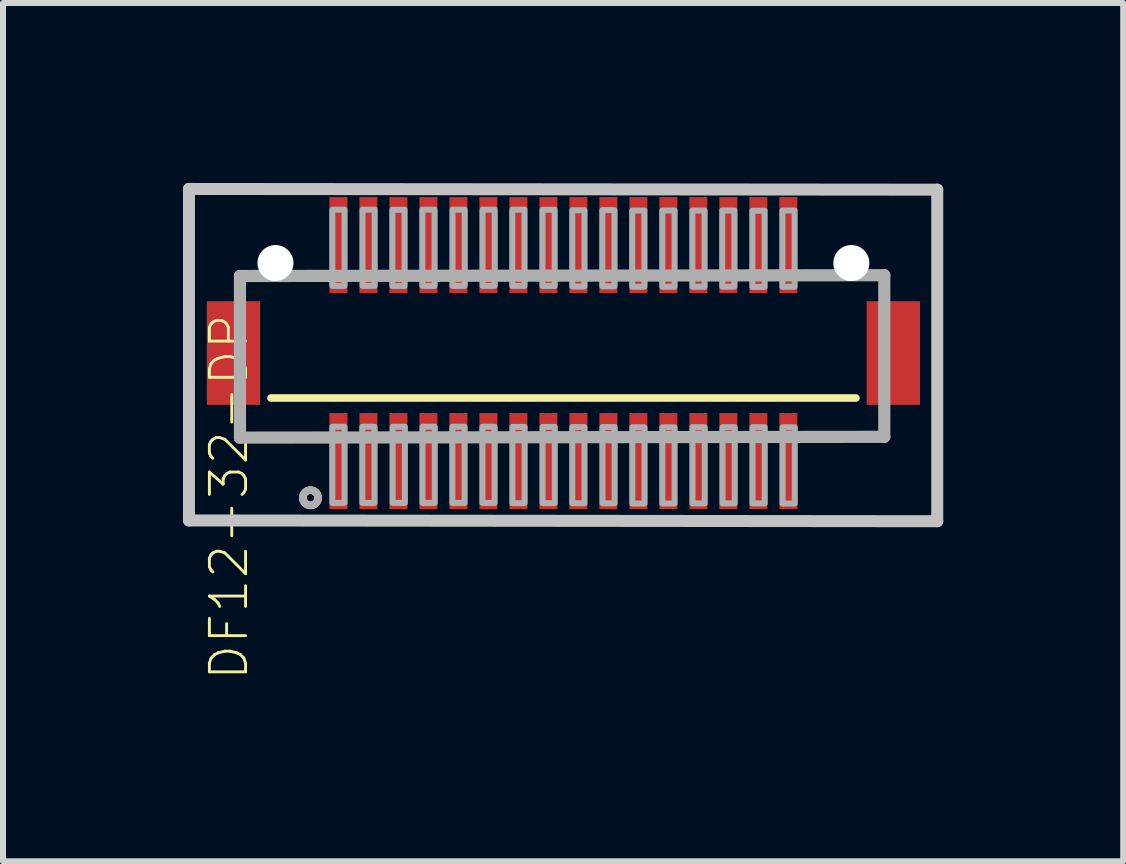
<source format=kicad_pcb>
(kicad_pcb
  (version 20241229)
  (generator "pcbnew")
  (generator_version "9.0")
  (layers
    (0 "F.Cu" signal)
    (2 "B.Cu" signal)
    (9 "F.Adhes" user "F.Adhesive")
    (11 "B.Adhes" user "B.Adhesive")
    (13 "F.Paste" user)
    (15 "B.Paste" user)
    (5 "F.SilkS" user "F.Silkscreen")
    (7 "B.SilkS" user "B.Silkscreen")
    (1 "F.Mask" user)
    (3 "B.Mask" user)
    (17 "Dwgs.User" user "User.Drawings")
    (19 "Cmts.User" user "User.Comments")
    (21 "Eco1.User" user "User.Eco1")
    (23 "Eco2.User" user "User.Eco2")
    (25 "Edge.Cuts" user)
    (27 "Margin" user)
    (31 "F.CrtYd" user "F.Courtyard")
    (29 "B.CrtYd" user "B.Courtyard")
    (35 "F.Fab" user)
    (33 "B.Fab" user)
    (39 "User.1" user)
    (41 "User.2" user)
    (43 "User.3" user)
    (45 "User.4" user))
  (footprint "DF12-32-DP"
    (layer "F.Cu")
    (at 6.342 2.835)
    (property "Reference" "DF12-32-DP" (at -5.575 2.4 270) (layer "F.SilkS") (effects (font (size 0.603 0.603) (thickness 0.048))))
    (attr through_hole)
    (fp_line (start -4.875 0.75) (end 4.875 0.75) (stroke (width 0.127) (type solid)) (layer "F.SilkS"))
    (fp_circle (center -4.216 2.413) (end -4.089 2.413) (stroke (width 0.127) (type solid)) (fill no) (layer "F.SilkS"))
    (fp_poly (pts (xy -3.862 -1.207) (xy -3.642 -1.207) (xy -3.642 -2.507) (xy -3.862 -2.507)) (stroke (width 0) (type solid)) (fill yes) (layer "F.Paste"))
    (fp_poly (pts (xy -3.862 2.503) (xy -3.642 2.503) (xy -3.642 1.203) (xy -3.862 1.203)) (stroke (width 0) (type solid)) (fill yes) (layer "F.Paste"))
    (fp_poly (pts (xy -3.362 -1.207) (xy -3.142 -1.207) (xy -3.142 -2.507) (xy -3.362 -2.507)) (stroke (width 0) (type solid)) (fill yes) (layer "F.Paste"))
    (fp_poly (pts (xy -3.362 2.503) (xy -3.142 2.503) (xy -3.142 1.203) (xy -3.362 1.203)) (stroke (width 0) (type solid)) (fill yes) (layer "F.Paste"))
    (fp_poly (pts (xy -2.862 -1.207) (xy -2.642 -1.207) (xy -2.642 -2.507) (xy -2.862 -2.507)) (stroke (width 0) (type solid)) (fill yes) (layer "F.Paste"))
    (fp_poly (pts (xy -2.862 2.503) (xy -2.642 2.503) (xy -2.642 1.203) (xy -2.862 1.203)) (stroke (width 0) (type solid)) (fill yes) (layer "F.Paste"))
    (fp_poly (pts (xy -2.362 -1.207) (xy -2.142 -1.207) (xy -2.142 -2.507) (xy -2.362 -2.507)) (stroke (width 0) (type solid)) (fill yes) (layer "F.Paste"))
    (fp_poly (pts (xy -2.362 2.503) (xy -2.142 2.503) (xy -2.142 1.203) (xy -2.362 1.203)) (stroke (width 0) (type solid)) (fill yes) (layer "F.Paste"))
    (fp_poly (pts (xy -1.862 -1.207) (xy -1.642 -1.207) (xy -1.642 -2.507) (xy -1.862 -2.507)) (stroke (width 0) (type solid)) (fill yes) (layer "F.Paste"))
    (fp_poly (pts (xy -1.862 2.503) (xy -1.642 2.503) (xy -1.642 1.203) (xy -1.862 1.203)) (stroke (width 0) (type solid)) (fill yes) (layer "F.Paste"))
    (fp_poly (pts (xy -1.362 -1.207) (xy -1.142 -1.207) (xy -1.142 -2.507) (xy -1.362 -2.507)) (stroke (width 0) (type solid)) (fill yes) (layer "F.Paste"))
    (fp_poly (pts (xy -1.362 2.503) (xy -1.142 2.503) (xy -1.142 1.203) (xy -1.362 1.203)) (stroke (width 0) (type solid)) (fill yes) (layer "F.Paste"))
    (fp_poly (pts (xy -0.862 -1.207) (xy -0.642 -1.207) (xy -0.642 -2.507) (xy -0.862 -2.507)) (stroke (width 0) (type solid)) (fill yes) (layer "F.Paste"))
    (fp_poly (pts (xy -0.862 2.503) (xy -0.642 2.503) (xy -0.642 1.203) (xy -0.862 1.203)) (stroke (width 0) (type solid)) (fill yes) (layer "F.Paste"))
    (fp_poly (pts (xy -0.362 -1.207) (xy -0.142 -1.207) (xy -0.142 -2.507) (xy -0.362 -2.507)) (stroke (width 0) (type solid)) (fill yes) (layer "F.Paste"))
    (fp_poly (pts (xy -0.362 2.503) (xy -0.142 2.503) (xy -0.142 1.203) (xy -0.362 1.203)) (stroke (width 0) (type solid)) (fill yes) (layer "F.Paste"))
    (fp_poly (pts (xy 0.138 -1.207) (xy 0.358 -1.207) (xy 0.358 -2.507) (xy 0.138 -2.507)) (stroke (width 0) (type solid)) (fill yes) (layer "F.Paste"))
    (fp_poly (pts (xy 0.138 2.503) (xy 0.358 2.503) (xy 0.358 1.203) (xy 0.138 1.203)) (stroke (width 0) (type solid)) (fill yes) (layer "F.Paste"))
    (fp_poly (pts (xy 0.638 -1.207) (xy 0.858 -1.207) (xy 0.858 -2.507) (xy 0.638 -2.507)) (stroke (width 0) (type solid)) (fill yes) (layer "F.Paste"))
    (fp_poly (pts (xy 0.648 2.503) (xy 0.868 2.503) (xy 0.868 1.203) (xy 0.648 1.203)) (stroke (width 0) (type solid)) (fill yes) (layer "F.Paste"))
    (fp_poly (pts (xy 1.138 -1.207) (xy 1.358 -1.207) (xy 1.358 -2.507) (xy 1.138 -2.507)) (stroke (width 0) (type solid)) (fill yes) (layer "F.Paste"))
    (fp_poly (pts (xy 1.138 2.503) (xy 1.358 2.503) (xy 1.358 1.203) (xy 1.138 1.203)) (stroke (width 0) (type solid)) (fill yes) (layer "F.Paste"))
    (fp_poly (pts (xy 1.638 -1.207) (xy 1.858 -1.207) (xy 1.858 -2.507) (xy 1.638 -2.507)) (stroke (width 0) (type solid)) (fill yes) (layer "F.Paste"))
    (fp_poly (pts (xy 1.638 2.503) (xy 1.858 2.503) (xy 1.858 1.203) (xy 1.638 1.203)) (stroke (width 0) (type solid)) (fill yes) (layer "F.Paste"))
    (fp_poly (pts (xy 2.138 -1.207) (xy 2.358 -1.207) (xy 2.358 -2.507) (xy 2.138 -2.507)) (stroke (width 0) (type solid)) (fill yes) (layer "F.Paste"))
    (fp_poly (pts (xy 2.138 2.503) (xy 2.358 2.503) (xy 2.358 1.203) (xy 2.138 1.203)) (stroke (width 0) (type solid)) (fill yes) (layer "F.Paste"))
    (fp_poly (pts (xy 2.638 -1.207) (xy 2.858 -1.207) (xy 2.858 -2.507) (xy 2.638 -2.507)) (stroke (width 0) (type solid)) (fill yes) (layer "F.Paste"))
    (fp_poly (pts (xy 2.638 2.503) (xy 2.858 2.503) (xy 2.858 1.203) (xy 2.638 1.203)) (stroke (width 0) (type solid)) (fill yes) (layer "F.Paste"))
    (fp_poly (pts (xy 3.138 2.503) (xy 3.358 2.503) (xy 3.358 1.203) (xy 3.138 1.203)) (stroke (width 0) (type solid)) (fill yes) (layer "F.Paste"))
    (fp_poly (pts (xy 3.148 -1.207) (xy 3.368 -1.207) (xy 3.368 -2.507) (xy 3.148 -2.507)) (stroke (width 0) (type solid)) (fill yes) (layer "F.Paste"))
    (fp_poly (pts (xy 3.638 -1.207) (xy 3.858 -1.207) (xy 3.858 -2.507) (xy 3.638 -2.507)) (stroke (width 0) (type solid)) (fill yes) (layer "F.Paste"))
    (fp_poly (pts (xy 3.638 2.503) (xy 3.858 2.503) (xy 3.858 1.203) (xy 3.638 1.203)) (stroke (width 0) (type solid)) (fill yes) (layer "F.Paste"))
    (fp_line (start -6.242 -2.735) (end 6.232 -2.723) (stroke (width 0.2) (type solid)) (layer "Dwgs.User"))
    (fp_line (start -6.242 2.791) (end -6.242 -2.735) (stroke (width 0.2) (type solid)) (layer "Dwgs.User"))
    (fp_line (start 6.232 -2.723) (end 6.232 2.804) (stroke (width 0.2) (type solid)) (layer "Dwgs.User"))
    (fp_line (start 6.232 2.804) (end -6.242 2.791) (stroke (width 0.2) (type solid)) (layer "Dwgs.User"))
    (fp_line (start -5.392 -1.284) (end 5.349 -1.297) (stroke (width 0.203) (type solid)) (layer "F.Fab"))
    (fp_line (start -5.392 1.41) (end -5.392 -1.284) (stroke (width 0.203) (type solid)) (layer "F.Fab"))
    (fp_line (start 5.349 -1.297) (end 5.349 1.397) (stroke (width 0.203) (type solid)) (layer "F.Fab"))
    (fp_line (start 5.349 1.397) (end -5.392 1.41) (stroke (width 0.203) (type solid)) (layer "F.Fab"))
    (fp_circle (center -4.216 2.413) (end -4.089 2.413) (stroke (width 0.127) (type solid)) (fill no) (layer "F.Fab"))
    (fp_poly (pts (xy -3.649 -1.12) (xy -3.649 -2.39) (xy -3.852 -2.39) (xy -3.852 -1.12)) (stroke (width 0.1) (type solid)) (fill no) (layer "F.Fab"))
    (fp_poly (pts (xy -3.649 2.499) (xy -3.649 1.229) (xy -3.852 1.229) (xy -3.852 2.499)) (stroke (width 0.1) (type solid)) (fill no) (layer "F.Fab"))
    (fp_poly (pts (xy -3.149 2.499) (xy -3.149 1.229) (xy -3.352 1.229) (xy -3.352 2.499)) (stroke (width 0.1) (type solid)) (fill no) (layer "F.Fab"))
    (fp_poly (pts (xy -3.146 -1.12) (xy -3.146 -2.39) (xy -3.349 -2.39) (xy -3.349 -1.12)) (stroke (width 0.1) (type solid)) (fill no) (layer "F.Fab"))
    (fp_poly (pts (xy -2.648 -1.118) (xy -2.648 -2.388) (xy -2.851 -2.388) (xy -2.851 -1.118)) (stroke (width 0.1) (type solid)) (fill no) (layer "F.Fab"))
    (fp_poly (pts (xy -2.643 2.499) (xy -2.643 1.229) (xy -2.846 1.229) (xy -2.846 2.499)) (stroke (width 0.1) (type solid)) (fill no) (layer "F.Fab"))
    (fp_poly (pts (xy -2.148 -1.12) (xy -2.148 -2.39) (xy -2.351 -2.39) (xy -2.351 -1.12)) (stroke (width 0.1) (type solid)) (fill no) (layer "F.Fab"))
    (fp_poly (pts (xy -2.145 2.499) (xy -2.145 1.229) (xy -2.349 1.229) (xy -2.349 2.499)) (stroke (width 0.1) (type solid)) (fill no) (layer "F.Fab"))
    (fp_poly (pts (xy -1.647 2.499) (xy -1.647 1.229) (xy -1.851 1.229) (xy -1.851 2.499)) (stroke (width 0.1) (type solid)) (fill no) (layer "F.Fab"))
    (fp_poly (pts (xy -1.645 -1.12) (xy -1.645 -2.39) (xy -1.848 -2.39) (xy -1.848 -1.12)) (stroke (width 0.1) (type solid)) (fill no) (layer "F.Fab"))
    (fp_poly (pts (xy -1.147 2.499) (xy -1.147 1.229) (xy -1.35 1.229) (xy -1.35 2.499)) (stroke (width 0.1) (type solid)) (fill no) (layer "F.Fab"))
    (fp_poly (pts (xy -1.145 -1.12) (xy -1.145 -2.39) (xy -1.348 -2.39) (xy -1.348 -1.12)) (stroke (width 0.1) (type solid)) (fill no) (layer "F.Fab"))
    (fp_poly (pts (xy -0.649 -1.12) (xy -0.649 -2.39) (xy -0.852 -2.39) (xy -0.852 -1.12)) (stroke (width 0.1) (type solid)) (fill no) (layer "F.Fab"))
    (fp_poly (pts (xy -0.647 2.502) (xy -0.647 1.232) (xy -0.85 1.232) (xy -0.85 2.502)) (stroke (width 0.1) (type solid)) (fill no) (layer "F.Fab"))
    (fp_poly (pts (xy -0.146 -1.118) (xy -0.146 -2.388) (xy -0.349 -2.388) (xy -0.349 -1.118)) (stroke (width 0.1) (type solid)) (fill no) (layer "F.Fab"))
    (fp_poly (pts (xy -0.144 2.502) (xy -0.144 1.232) (xy -0.347 1.232) (xy -0.347 2.502)) (stroke (width 0.1) (type solid)) (fill no) (layer "F.Fab"))
    (fp_poly (pts (xy 0.351 -1.11) (xy 0.351 -2.38) (xy 0.148 -2.38) (xy 0.148 -1.11)) (stroke (width 0.1) (type solid)) (fill no) (layer "F.Fab"))
    (fp_poly (pts (xy 0.351 2.504) (xy 0.351 1.234) (xy 0.148 1.234) (xy 0.148 2.504)) (stroke (width 0.1) (type solid)) (fill no) (layer "F.Fab"))
    (fp_poly (pts (xy 0.852 -1.113) (xy 0.852 -2.382) (xy 0.649 -2.382) (xy 0.649 -1.113)) (stroke (width 0.1) (type solid)) (fill no) (layer "F.Fab"))
    (fp_poly (pts (xy 0.854 2.504) (xy 0.854 1.234) (xy 0.651 1.234) (xy 0.651 2.504)) (stroke (width 0.1) (type solid)) (fill no) (layer "F.Fab"))
    (fp_poly (pts (xy 1.35 -1.105) (xy 1.35 -2.375) (xy 1.147 -2.375) (xy 1.147 -1.105)) (stroke (width 0.1) (type solid)) (fill no) (layer "F.Fab"))
    (fp_poly (pts (xy 1.352 2.509) (xy 1.352 1.239) (xy 1.149 1.239) (xy 1.149 2.509)) (stroke (width 0.1) (type solid)) (fill no) (layer "F.Fab"))
    (fp_poly (pts (xy 1.853 -1.105) (xy 1.853 -2.375) (xy 1.649 -2.375) (xy 1.649 -1.105)) (stroke (width 0.1) (type solid)) (fill no) (layer "F.Fab"))
    (fp_poly (pts (xy 1.853 2.509) (xy 1.853 1.239) (xy 1.649 1.239) (xy 1.649 2.509)) (stroke (width 0.1) (type solid)) (fill no) (layer "F.Fab"))
    (fp_poly (pts (xy 2.353 -1.105) (xy 2.353 -2.375) (xy 2.15 -2.375) (xy 2.15 -1.105)) (stroke (width 0.1) (type solid)) (fill no) (layer "F.Fab"))
    (fp_poly (pts (xy 2.356 2.507) (xy 2.356 1.237) (xy 2.152 1.237) (xy 2.152 2.507)) (stroke (width 0.1) (type solid)) (fill no) (layer "F.Fab"))
    (fp_poly (pts (xy 2.851 -1.107) (xy 2.851 -2.377) (xy 2.648 -2.377) (xy 2.648 -1.107)) (stroke (width 0.1) (type solid)) (fill no) (layer "F.Fab"))
    (fp_poly (pts (xy 2.856 2.507) (xy 2.856 1.237) (xy 2.653 1.237) (xy 2.653 2.507)) (stroke (width 0.1) (type solid)) (fill no) (layer "F.Fab"))
    (fp_poly (pts (xy 3.354 -1.102) (xy 3.354 -2.372) (xy 3.151 -2.372) (xy 3.151 -1.102)) (stroke (width 0.1) (type solid)) (fill no) (layer "F.Fab"))
    (fp_poly (pts (xy 3.356 2.507) (xy 3.356 1.237) (xy 3.153 1.237) (xy 3.153 2.507)) (stroke (width 0.1) (type solid)) (fill no) (layer "F.Fab"))
    (fp_poly (pts (xy 3.854 -1.105) (xy 3.854 -2.375) (xy 3.651 -2.375) (xy 3.651 -1.105)) (stroke (width 0.1) (type solid)) (fill no) (layer "F.Fab"))
    (fp_poly (pts (xy 3.857 2.509) (xy 3.857 1.239) (xy 3.654 1.239) (xy 3.654 2.509)) (stroke (width 0.1) (type solid)) (fill no) (layer "F.Fab"))
    (pad "" np_thru_hole circle (at -4.8 -1.5) (size 0.6 0.6) (drill 0.6) (layers "*.Cu" "*.Mask"))
    (pad "" np_thru_hole circle (at 4.8 -1.5) (size 0.6 0.6) (drill 0.6) (layers "*.Cu" "*.Mask"))
    (pad "1" smd rect (at -3.75 1.8) (size 0.3 1.6) (layers "F.Cu" "F.Mask"))
    (pad "2" smd rect (at -3.75 -1.8) (size 0.3 1.6) (layers "F.Cu" "F.Mask"))
    (pad "3" smd rect (at -3.25 1.8) (size 0.3 1.6) (layers "F.Cu" "F.Mask"))
    (pad "4" smd rect (at -3.25 -1.8) (size 0.3 1.6) (layers "F.Cu" "F.Mask"))
    (pad "5" smd rect (at -2.75 1.8) (size 0.3 1.6) (layers "F.Cu" "F.Mask"))
    (pad "6" smd rect (at -2.75 -1.8) (size 0.3 1.6) (layers "F.Cu" "F.Mask"))
    (pad "7" smd rect (at -2.25 1.8) (size 0.3 1.6) (layers "F.Cu" "F.Mask"))
    (pad "8" smd rect (at -2.25 -1.8) (size 0.3 1.6) (layers "F.Cu" "F.Mask"))
    (pad "9" smd rect (at -1.75 1.8) (size 0.3 1.6) (layers "F.Cu" "F.Mask"))
    (pad "10" smd rect (at -1.75 -1.8) (size 0.3 1.6) (layers "F.Cu" "F.Mask"))
    (pad "11" smd rect (at -1.25 1.8) (size 0.3 1.6) (layers "F.Cu" "F.Mask"))
    (pad "12" smd rect (at -1.25 -1.8) (size 0.3 1.6) (layers "F.Cu" "F.Mask"))
    (pad "13" smd rect (at -0.75 1.8) (size 0.3 1.6) (layers "F.Cu" "F.Mask"))
    (pad "14" smd rect (at -0.75 -1.8) (size 0.3 1.6) (layers "F.Cu" "F.Mask"))
    (pad "15" smd rect (at -0.25 1.8) (size 0.3 1.6) (layers "F.Cu" "F.Mask"))
    (pad "16" smd rect (at -0.25 -1.8) (size 0.3 1.6) (layers "F.Cu" "F.Mask"))
    (pad "17" smd rect (at 0.25 1.8) (size 0.3 1.6) (layers "F.Cu" "F.Mask"))
    (pad "18" smd rect (at 0.25 -1.8) (size 0.3 1.6) (layers "F.Cu" "F.Mask"))
    (pad "19" smd rect (at 0.75 1.8) (size 0.3 1.6) (layers "F.Cu" "F.Mask"))
    (pad "20" smd rect (at 0.75 -1.8) (size 0.3 1.6) (layers "F.Cu" "F.Mask"))
    (pad "21" smd rect (at 1.25 1.8) (size 0.3 1.6) (layers "F.Cu" "F.Mask"))
    (pad "22" smd rect (at 1.25 -1.8) (size 0.3 1.6) (layers "F.Cu" "F.Mask"))
    (pad "23" smd rect (at 1.75 1.8) (size 0.3 1.6) (layers "F.Cu" "F.Mask"))
    (pad "24" smd rect (at 1.75 -1.8) (size 0.3 1.6) (layers "F.Cu" "F.Mask"))
    (pad "25" smd rect (at 2.25 1.8) (size 0.3 1.6) (layers "F.Cu" "F.Mask"))
    (pad "26" smd rect (at 2.25 -1.8) (size 0.3 1.6) (layers "F.Cu" "F.Mask"))
    (pad "27" smd rect (at 2.75 1.8) (size 0.3 1.6) (layers "F.Cu" "F.Mask"))
    (pad "28" smd rect (at 2.75 -1.8) (size 0.3 1.6) (layers "F.Cu" "F.Mask"))
    (pad "29" smd rect (at 3.25 1.8) (size 0.3 1.6) (layers "F.Cu" "F.Mask"))
    (pad "30" smd rect (at 3.25 -1.8) (size 0.3 1.6) (layers "F.Cu" "F.Mask"))
    (pad "31" smd rect (at 3.75 1.8) (size 0.3 1.6) (layers "F.Cu" "F.Mask"))
    (pad "32" smd rect (at 3.75 -1.8) (size 0.3 1.6) (layers "F.Cu" "F.Mask"))
    (pad "F1" smd rect (at -5.5 0) (size 0.889 1.727) (layers "F.Cu" "F.Mask" "F.Paste"))
    (pad "F2" smd rect (at 5.5 0) (size 0.889 1.727) (layers "F.Cu" "F.Mask" "F.Paste")))
  (gr_rect
    (start -3 -3)
    (end 15.674 11.307)
    (stroke (width 0.1) (type default))
    (fill no)
    (layer "Edge.Cuts")))
</source>
